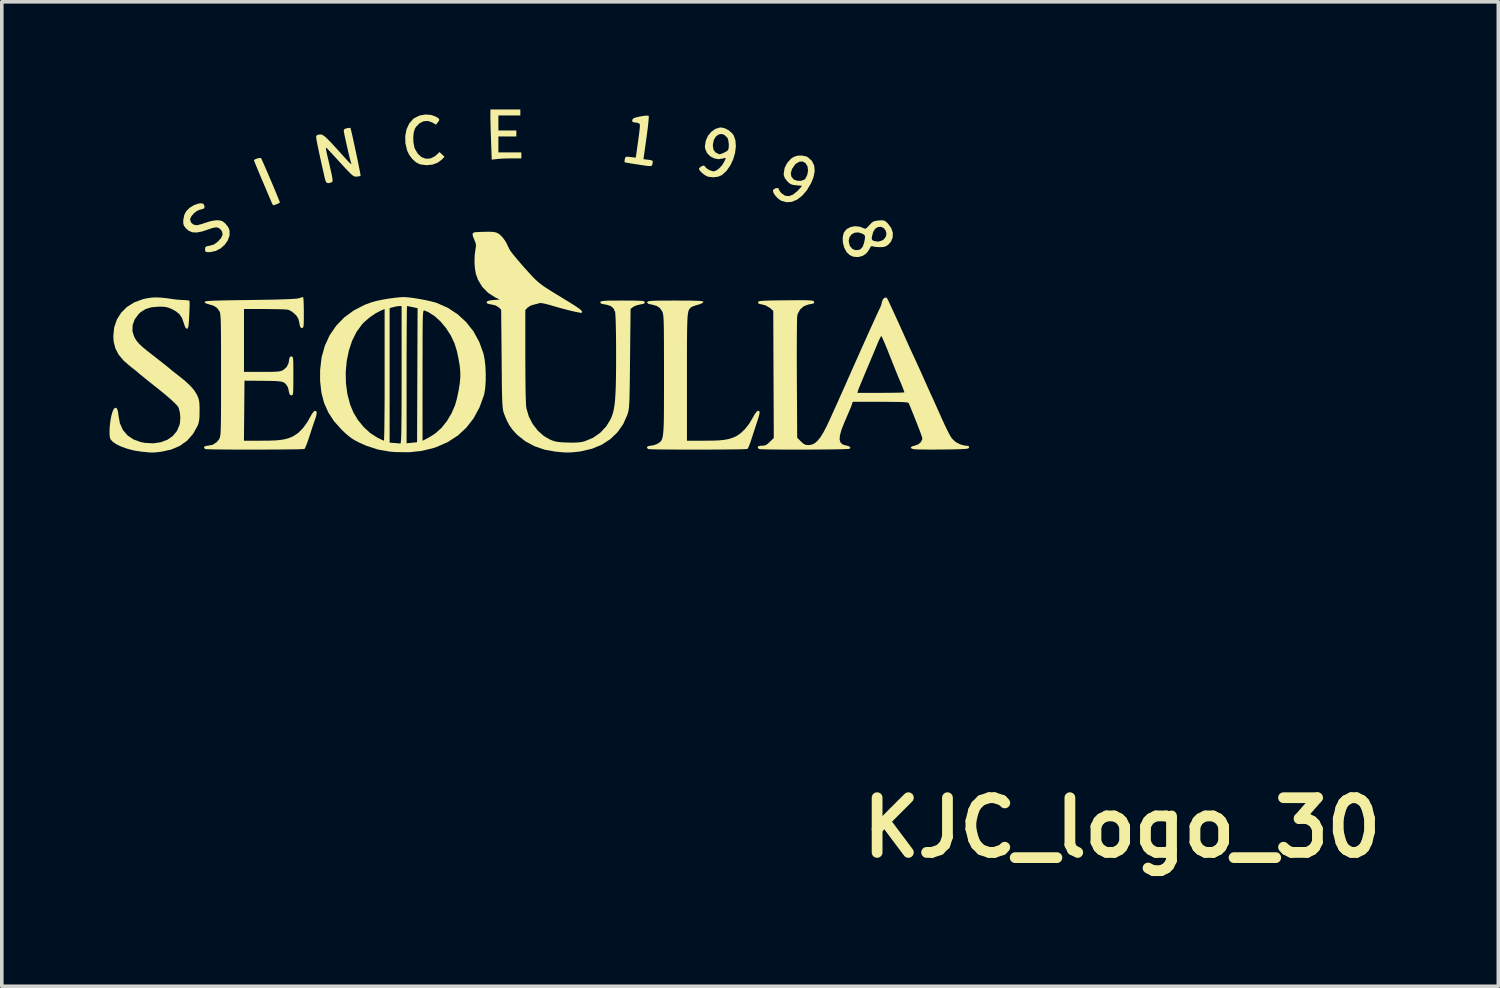
<source format=kicad_pcb>
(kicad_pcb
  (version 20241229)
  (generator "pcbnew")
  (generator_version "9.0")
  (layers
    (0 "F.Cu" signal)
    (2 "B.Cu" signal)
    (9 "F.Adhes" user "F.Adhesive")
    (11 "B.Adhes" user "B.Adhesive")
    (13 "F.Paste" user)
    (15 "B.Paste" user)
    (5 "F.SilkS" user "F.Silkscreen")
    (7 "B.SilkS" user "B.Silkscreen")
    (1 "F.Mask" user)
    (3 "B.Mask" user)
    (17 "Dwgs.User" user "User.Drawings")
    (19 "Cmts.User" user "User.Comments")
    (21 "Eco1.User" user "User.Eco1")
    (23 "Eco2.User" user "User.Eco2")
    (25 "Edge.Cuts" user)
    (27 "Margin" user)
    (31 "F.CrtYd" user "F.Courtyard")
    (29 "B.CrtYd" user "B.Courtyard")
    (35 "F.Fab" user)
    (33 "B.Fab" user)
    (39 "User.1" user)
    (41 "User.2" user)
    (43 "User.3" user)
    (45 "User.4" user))
  (footprint "KJC_logo_30"
    (layer "F.Cu")
    (at 11.694 6.67)
    (property "Reference" "KJC_logo_30" (at 16.51 13.335 0) (layer "F.SilkS") (effects (font (size 1.524 1.524) (thickness 0.3))))
    (attr board_only exclude_from_pos_files exclude_from_bom)
    (fp_poly (pts (xy -0.25 -6.503) (xy -0.861 -6.503) (xy -0.861 -6.086) (xy -0.361 -6.086) (xy -0.361 -5.919) (xy -0.861 -5.919) (xy -0.861 -5.475) (xy -0.222 -5.475) (xy -0.222 -5.308) (xy -0.493 -5.308) (xy -0.63 -5.306) (xy -0.764 -5.301) (xy -0.873 -5.294) (xy -0.906 -5.29) (xy -1.047 -5.273) (xy -1.065 -5.781) (xy -1.071 -5.96) (xy -1.077 -6.134) (xy -1.081 -6.29) (xy -1.083 -6.415) (xy -1.084 -6.48) (xy -1.084 -6.67) (xy -0.25 -6.67)) (stroke (width 0) (type solid)) (fill yes) (layer "F.SilkS"))
    (fp_poly (pts (xy -7.473 -5.315) (xy -7.457 -5.285) (xy -7.424 -5.213) (xy -7.377 -5.106) (xy -7.32 -4.975) (xy -7.257 -4.828) (xy -7.191 -4.674) (xy -7.126 -4.52) (xy -7.066 -4.377) (xy -7.015 -4.253) (xy -6.976 -4.156) (xy -6.952 -4.096) (xy -6.947 -4.08) (xy -6.97 -4.062) (xy -7.023 -4.037) (xy -7.084 -4.014) (xy -7.13 -4.002) (xy -7.134 -4.002) (xy -7.151 -4.025) (xy -7.178 -4.08) (xy -7.183 -4.092) (xy -7.205 -4.145) (xy -7.246 -4.239) (xy -7.3 -4.366) (xy -7.363 -4.517) (xy -7.433 -4.68) (xy -7.446 -4.71) (xy -7.513 -4.87) (xy -7.572 -5.011) (xy -7.62 -5.128) (xy -7.654 -5.211) (xy -7.669 -5.253) (xy -7.67 -5.256) (xy -7.646 -5.279) (xy -7.591 -5.302) (xy -7.529 -5.318) (xy -7.482 -5.319)) (stroke (width 0) (type solid)) (fill yes) (layer "F.SilkS"))
    (fp_poly (pts (xy -2.737 -6.519) (xy -2.617 -6.477) (xy -2.539 -6.433) (xy -2.507 -6.397) (xy -2.517 -6.355) (xy -2.551 -6.309) (xy -2.6 -6.248) (xy -2.704 -6.309) (xy -2.824 -6.351) (xy -2.946 -6.342) (xy -3.06 -6.285) (xy -3.156 -6.185) (xy -3.188 -6.132) (xy -3.219 -6.032) (xy -3.233 -5.9) (xy -3.228 -5.759) (xy -3.205 -5.629) (xy -3.185 -5.572) (xy -3.104 -5.435) (xy -3.001 -5.343) (xy -2.884 -5.299) (xy -2.761 -5.304) (xy -2.639 -5.361) (xy -2.58 -5.41) (xy -2.501 -5.485) (xy -2.432 -5.419) (xy -2.362 -5.353) (xy -2.425 -5.285) (xy -2.546 -5.192) (xy -2.698 -5.135) (xy -2.868 -5.118) (xy -3.042 -5.142) (xy -3.051 -5.145) (xy -3.159 -5.2) (xy -3.263 -5.295) (xy -3.352 -5.417) (xy -3.406 -5.534) (xy -3.452 -5.735) (xy -3.456 -5.932) (xy -3.42 -6.116) (xy -3.347 -6.276) (xy -3.238 -6.403) (xy -3.2 -6.432) (xy -3.059 -6.501) (xy -2.898 -6.53)) (stroke (width 0) (type solid)) (fill yes) (layer "F.SilkS"))
    (fp_poly (pts (xy 3.319 -6.497) (xy 3.326 -6.493) (xy 3.328 -6.461) (xy 3.323 -6.382) (xy 3.312 -6.264) (xy 3.295 -6.117) (xy 3.272 -5.947) (xy 3.263 -5.879) (xy 3.18 -5.286) (xy 3.3 -5.272) (xy 3.387 -5.26) (xy 3.43 -5.242) (xy 3.44 -5.209) (xy 3.43 -5.158) (xy 3.423 -5.128) (xy 3.411 -5.107) (xy 3.388 -5.096) (xy 3.344 -5.094) (xy 3.271 -5.101) (xy 3.161 -5.116) (xy 3.005 -5.14) (xy 2.992 -5.142) (xy 2.864 -5.162) (xy 2.758 -5.18) (xy 2.684 -5.194) (xy 2.654 -5.201) (xy 2.654 -5.201) (xy 2.652 -5.232) (xy 2.66 -5.287) (xy 2.671 -5.331) (xy 2.694 -5.351) (xy 2.743 -5.354) (xy 2.82 -5.346) (xy 2.966 -5.329) (xy 2.997 -5.548) (xy 3.027 -5.763) (xy 3.05 -5.93) (xy 3.066 -6.055) (xy 3.076 -6.145) (xy 3.08 -6.205) (xy 3.079 -6.243) (xy 3.073 -6.265) (xy 3.063 -6.277) (xy 3.055 -6.283) (xy 2.998 -6.302) (xy 2.939 -6.308) (xy 2.878 -6.323) (xy 2.865 -6.366) (xy 2.885 -6.412) (xy 2.921 -6.432) (xy 2.994 -6.455) (xy 3.088 -6.476) (xy 3.184 -6.492) (xy 3.267 -6.5)) (stroke (width 0) (type solid)) (fill yes) (layer "F.SilkS"))
    (fp_poly (pts (xy -9.088 -4.048) (xy -9.059 -4.011) (xy -9.052 -3.986) (xy -9.047 -3.941) (xy -9.062 -3.914) (xy -9.108 -3.895) (xy -9.182 -3.877) (xy -9.262 -3.842) (xy -9.343 -3.778) (xy -9.409 -3.702) (xy -9.446 -3.628) (xy -9.449 -3.606) (xy -9.424 -3.525) (xy -9.36 -3.467) (xy -9.276 -3.446) (xy -9.214 -3.456) (xy -9.122 -3.481) (xy -9.021 -3.515) (xy -8.895 -3.554) (xy -8.77 -3.579) (xy -8.7 -3.585) (xy -8.605 -3.578) (xy -8.537 -3.551) (xy -8.466 -3.494) (xy -8.383 -3.387) (xy -8.35 -3.298) (xy -8.35 -3.16) (xy -8.398 -3.025) (xy -8.484 -2.902) (xy -8.6 -2.8) (xy -8.737 -2.729) (xy -8.888 -2.697) (xy -8.92 -2.696) (xy -8.991 -2.699) (xy -9.023 -2.716) (xy -9.032 -2.76) (xy -9.032 -2.776) (xy -9.027 -2.826) (xy -9.002 -2.853) (xy -8.943 -2.869) (xy -8.903 -2.875) (xy -8.791 -2.907) (xy -8.692 -2.975) (xy -8.668 -2.997) (xy -8.581 -3.096) (xy -8.544 -3.184) (xy -8.556 -3.265) (xy -8.588 -3.315) (xy -8.643 -3.367) (xy -8.71 -3.387) (xy -8.801 -3.376) (xy -8.927 -3.334) (xy -8.927 -3.334) (xy -9.116 -3.271) (xy -9.269 -3.243) (xy -9.393 -3.251) (xy -9.494 -3.295) (xy -9.575 -3.369) (xy -9.619 -3.431) (xy -9.639 -3.491) (xy -9.639 -3.575) (xy -9.637 -3.602) (xy -9.608 -3.743) (xy -9.551 -3.844) (xy -9.461 -3.932) (xy -9.344 -4.004) (xy -9.222 -4.048) (xy -9.151 -4.057)) (stroke (width 0) (type solid)) (fill yes) (layer "F.SilkS"))
    (fp_poly (pts (xy 7.719 -5.361) (xy 7.763 -5.339) (xy 7.874 -5.236) (xy 7.936 -5.107) (xy 7.95 -4.955) (xy 7.916 -4.781) (xy 7.849 -4.618) (xy 7.733 -4.422) (xy 7.602 -4.269) (xy 7.461 -4.16) (xy 7.314 -4.098) (xy 7.166 -4.087) (xy 7.022 -4.127) (xy 7.003 -4.137) (xy 6.926 -4.192) (xy 6.856 -4.265) (xy 6.805 -4.342) (xy 6.786 -4.405) (xy 6.787 -4.415) (xy 6.813 -4.451) (xy 6.862 -4.475) (xy 6.913 -4.483) (xy 6.945 -4.468) (xy 6.947 -4.456) (xy 6.966 -4.411) (xy 7.012 -4.351) (xy 7.029 -4.333) (xy 7.126 -4.268) (xy 7.233 -4.257) (xy 7.346 -4.299) (xy 7.466 -4.396) (xy 7.505 -4.438) (xy 7.598 -4.544) (xy 7.437 -4.558) (xy 7.338 -4.571) (xy 7.271 -4.596) (xy 7.212 -4.643) (xy 7.181 -4.676) (xy 7.119 -4.756) (xy 7.091 -4.83) (xy 7.086 -4.892) (xy 7.088 -4.901) (xy 7.284 -4.901) (xy 7.298 -4.805) (xy 7.358 -4.729) (xy 7.386 -4.711) (xy 7.474 -4.683) (xy 7.571 -4.684) (xy 7.654 -4.712) (xy 7.691 -4.744) (xy 7.743 -4.849) (xy 7.764 -4.97) (xy 7.751 -5.079) (xy 7.75 -5.082) (xy 7.696 -5.175) (xy 7.619 -5.22) (xy 7.529 -5.218) (xy 7.436 -5.167) (xy 7.395 -5.127) (xy 7.317 -5.011) (xy 7.284 -4.901) (xy 7.088 -4.901) (xy 7.112 -5.041) (xy 7.183 -5.181) (xy 7.288 -5.298) (xy 7.37 -5.352) (xy 7.479 -5.385) (xy 7.604 -5.387)) (stroke (width 0) (type solid)) (fill yes) (layer "F.SilkS"))
    (fp_poly (pts (xy 5.447 -6.147) (xy 5.558 -6.088) (xy 5.652 -6.005) (xy 5.692 -5.95) (xy 5.742 -5.809) (xy 5.754 -5.642) (xy 5.732 -5.462) (xy 5.679 -5.281) (xy 5.598 -5.11) (xy 5.494 -4.961) (xy 5.37 -4.847) (xy 5.364 -4.842) (xy 5.255 -4.797) (xy 5.123 -4.781) (xy 4.991 -4.796) (xy 4.947 -4.811) (xy 4.88 -4.849) (xy 4.81 -4.904) (xy 4.753 -4.963) (xy 4.725 -5.01) (xy 4.724 -5.017) (xy 4.746 -5.051) (xy 4.796 -5.087) (xy 4.85 -5.11) (xy 4.88 -5.101) (xy 4.895 -5.078) (xy 4.947 -5.024) (xy 5.028 -4.976) (xy 5.112 -4.949) (xy 5.138 -4.947) (xy 5.207 -4.969) (xy 5.287 -5.029) (xy 5.365 -5.112) (xy 5.42 -5.199) (xy 5.459 -5.278) (xy 5.47 -5.316) (xy 5.452 -5.323) (xy 5.404 -5.307) (xy 5.403 -5.307) (xy 5.275 -5.285) (xy 5.149 -5.308) (xy 5.036 -5.369) (xy 4.949 -5.46) (xy 4.899 -5.575) (xy 4.891 -5.646) (xy 4.894 -5.662) (xy 5.113 -5.662) (xy 5.13 -5.551) (xy 5.185 -5.475) (xy 5.285 -5.426) (xy 5.302 -5.421) (xy 5.33 -5.429) (xy 5.39 -5.453) (xy 5.412 -5.462) (xy 5.483 -5.497) (xy 5.53 -5.532) (xy 5.536 -5.538) (xy 5.554 -5.602) (xy 5.557 -5.694) (xy 5.547 -5.791) (xy 5.524 -5.868) (xy 5.515 -5.885) (xy 5.437 -5.961) (xy 5.353 -5.989) (xy 5.27 -5.972) (xy 5.197 -5.916) (xy 5.142 -5.825) (xy 5.115 -5.704) (xy 5.113 -5.662) (xy 4.894 -5.662) (xy 4.914 -5.796) (xy 4.975 -5.933) (xy 5.067 -6.047) (xy 5.18 -6.129) (xy 5.307 -6.168) (xy 5.34 -6.169)) (stroke (width 0) (type solid)) (fill yes) (layer "F.SilkS"))
    (fp_poly (pts (xy 9.886 -3.575) (xy 9.935 -3.545) (xy 9.987 -3.496) (xy 10.079 -3.373) (xy 10.125 -3.24) (xy 10.123 -3.108) (xy 10.073 -2.987) (xy 10 -2.905) (xy 9.937 -2.862) (xy 9.865 -2.84) (xy 9.763 -2.835) (xy 9.759 -2.835) (xy 9.665 -2.84) (xy 9.59 -2.851) (xy 9.561 -2.861) (xy 9.529 -2.865) (xy 9.497 -2.828) (xy 9.473 -2.778) (xy 9.395 -2.667) (xy 9.286 -2.592) (xy 9.158 -2.558) (xy 9.026 -2.569) (xy 8.931 -2.61) (xy 8.841 -2.694) (xy 8.775 -2.814) (xy 8.736 -2.954) (xy 8.733 -3.005) (xy 8.896 -3.005) (xy 8.922 -2.889) (xy 8.934 -2.863) (xy 9.002 -2.784) (xy 9.094 -2.75) (xy 9.198 -2.765) (xy 9.224 -2.778) (xy 9.28 -2.836) (xy 9.323 -2.943) (xy 9.347 -3.064) (xy 9.347 -3.065) (xy 9.538 -3.065) (xy 9.556 -3.03) (xy 9.606 -3.006) (xy 9.725 -2.989) (xy 9.836 -3.026) (xy 9.886 -3.064) (xy 9.938 -3.141) (xy 9.948 -3.226) (xy 9.922 -3.306) (xy 9.869 -3.369) (xy 9.796 -3.403) (xy 9.708 -3.394) (xy 9.7 -3.391) (xy 9.629 -3.342) (xy 9.579 -3.258) (xy 9.545 -3.132) (xy 9.538 -3.065) (xy 9.347 -3.065) (xy 9.352 -3.136) (xy 9.332 -3.177) (xy 9.281 -3.21) (xy 9.163 -3.247) (xy 9.057 -3.236) (xy 8.972 -3.187) (xy 8.915 -3.107) (xy 8.896 -3.005) (xy 8.733 -3.005) (xy 8.728 -3.097) (xy 8.756 -3.226) (xy 8.768 -3.252) (xy 8.842 -3.339) (xy 8.95 -3.396) (xy 9.076 -3.419) (xy 9.207 -3.405) (xy 9.285 -3.375) (xy 9.334 -3.352) (xy 9.37 -3.351) (xy 9.408 -3.379) (xy 9.466 -3.441) (xy 9.472 -3.449) (xy 9.539 -3.517) (xy 9.597 -3.555) (xy 9.672 -3.572) (xy 9.734 -3.579) (xy 9.827 -3.584)) (stroke (width 0) (type solid)) (fill yes) (layer "F.SilkS"))
    (fp_poly (pts (xy -4.984 -6.159) (xy -4.975 -6.13) (xy -4.956 -6.055) (xy -4.93 -5.945) (xy -4.9 -5.807) (xy -4.866 -5.652) (xy -4.831 -5.488) (xy -4.796 -5.323) (xy -4.764 -5.169) (xy -4.737 -5.032) (xy -4.715 -4.923) (xy -4.703 -4.85) (xy -4.7 -4.822) (xy -4.736 -4.81) (xy -4.803 -4.801) (xy -4.81 -4.8) (xy -4.846 -4.8) (xy -4.881 -4.81) (xy -4.92 -4.833) (xy -4.972 -4.877) (xy -5.042 -4.947) (xy -5.137 -5.047) (xy -5.249 -5.169) (xy -5.362 -5.292) (xy -5.465 -5.404) (xy -5.551 -5.498) (xy -5.613 -5.564) (xy -5.642 -5.595) (xy -5.659 -5.608) (xy -5.665 -5.593) (xy -5.66 -5.545) (xy -5.643 -5.458) (xy -5.612 -5.326) (xy -5.597 -5.262) (xy -5.562 -5.112) (xy -5.53 -4.972) (xy -5.504 -4.855) (xy -5.489 -4.775) (xy -5.487 -4.763) (xy -5.479 -4.689) (xy -5.49 -4.652) (xy -5.526 -4.634) (xy -5.535 -4.631) (xy -5.6 -4.618) (xy -5.642 -4.628) (xy -5.671 -4.669) (xy -5.696 -4.752) (xy -5.707 -4.801) (xy -5.772 -5.089) (xy -5.825 -5.327) (xy -5.866 -5.519) (xy -5.898 -5.669) (xy -5.92 -5.782) (xy -5.933 -5.861) (xy -5.938 -5.911) (xy -5.936 -5.935) (xy -5.898 -5.964) (xy -5.827 -5.975) (xy -5.796 -5.973) (xy -5.765 -5.963) (xy -5.729 -5.942) (xy -5.683 -5.906) (xy -5.623 -5.85) (xy -5.545 -5.771) (xy -5.445 -5.664) (xy -5.318 -5.525) (xy -5.161 -5.351) (xy -5.085 -5.267) (xy -5.02 -5.198) (xy -4.975 -5.156) (xy -4.956 -5.149) (xy -4.957 -5.156) (xy -4.973 -5.207) (xy -4.997 -5.299) (xy -5.027 -5.419) (xy -5.059 -5.557) (xy -5.091 -5.699) (xy -5.121 -5.835) (xy -5.146 -5.952) (xy -5.163 -6.039) (xy -5.169 -6.084) (xy -5.169 -6.084) (xy -5.149 -6.126) (xy -5.083 -6.148) (xy -5.079 -6.149) (xy -5.016 -6.157) (xy -4.985 -6.159)) (stroke (width 0) (type solid)) (fill yes) (layer "F.SilkS"))
    (fp_poly (pts (xy 4.305 -1.347) (xy 4.488 -1.346) (xy 4.627 -1.343) (xy 4.727 -1.339) (xy 4.793 -1.333) (xy 4.832 -1.325) (xy 4.848 -1.315) (xy 4.849 -1.309) (xy 4.823 -1.279) (xy 4.752 -1.248) (xy 4.699 -1.232) (xy 4.608 -1.205) (xy 4.536 -1.177) (xy 4.509 -1.162) (xy 4.486 -1.141) (xy 4.466 -1.12) (xy 4.449 -1.093) (xy 4.434 -1.057) (xy 4.423 -1.007) (xy 4.413 -0.939) (xy 4.406 -0.849) (xy 4.401 -0.733) (xy 4.397 -0.586) (xy 4.394 -0.405) (xy 4.392 -0.186) (xy 4.391 0.076) (xy 4.391 0.385) (xy 4.391 0.744) (xy 4.391 2.557) (xy 4.884 2.556) (xy 5.107 2.554) (xy 5.284 2.547) (xy 5.427 2.533) (xy 5.545 2.511) (xy 5.65 2.479) (xy 5.752 2.437) (xy 5.759 2.433) (xy 5.881 2.353) (xy 6.007 2.232) (xy 6.125 2.082) (xy 6.219 1.925) (xy 6.287 1.805) (xy 6.34 1.738) (xy 6.371 1.723) (xy 6.4 1.728) (xy 6.414 1.75) (xy 6.412 1.795) (xy 6.395 1.872) (xy 6.359 1.988) (xy 6.325 2.092) (xy 6.278 2.236) (xy 6.229 2.385) (xy 6.186 2.517) (xy 6.169 2.571) (xy 6.134 2.668) (xy 6.102 2.745) (xy 6.077 2.784) (xy 6.075 2.786) (xy 6.043 2.789) (xy 5.961 2.793) (xy 5.836 2.796) (xy 5.676 2.798) (xy 5.487 2.8) (xy 5.275 2.802) (xy 5.046 2.803) (xy 4.808 2.804) (xy 4.567 2.804) (xy 4.329 2.804) (xy 4.101 2.803) (xy 3.89 2.802) (xy 3.702 2.8) (xy 3.544 2.798) (xy 3.422 2.795) (xy 3.343 2.792) (xy 3.314 2.788) (xy 3.276 2.758) (xy 3.284 2.725) (xy 3.331 2.701) (xy 3.38 2.696) (xy 3.474 2.68) (xy 3.566 2.643) (xy 3.572 2.64) (xy 3.608 2.617) (xy 3.638 2.596) (xy 3.665 2.571) (xy 3.686 2.537) (xy 3.704 2.492) (xy 3.718 2.431) (xy 3.729 2.349) (xy 3.738 2.242) (xy 3.744 2.107) (xy 3.748 1.938) (xy 3.75 1.732) (xy 3.751 1.485) (xy 3.752 1.192) (xy 3.752 0.848) (xy 3.752 0.724) (xy 3.752 0.377) (xy 3.751 0.081) (xy 3.751 -0.168) (xy 3.749 -0.375) (xy 3.748 -0.544) (xy 3.745 -0.68) (xy 3.742 -0.786) (xy 3.737 -0.867) (xy 3.732 -0.929) (xy 3.725 -0.974) (xy 3.717 -1.007) (xy 3.707 -1.034) (xy 3.698 -1.052) (xy 3.637 -1.139) (xy 3.551 -1.197) (xy 3.427 -1.233) (xy 3.388 -1.24) (xy 3.313 -1.259) (xy 3.285 -1.286) (xy 3.285 -1.303) (xy 3.293 -1.316) (xy 3.313 -1.327) (xy 3.352 -1.334) (xy 3.417 -1.34) (xy 3.512 -1.344) (xy 3.645 -1.346) (xy 3.82 -1.347) (xy 4.044 -1.348) (xy 4.072 -1.348)) (stroke (width 0) (type solid)) (fill yes) (layer "F.SilkS"))
    (fp_poly (pts (xy -10.289 -1.432) (xy -10.123 -1.416) (xy -9.949 -1.391) (xy -9.825 -1.375) (xy -9.698 -1.365) (xy -9.624 -1.362) (xy -9.54 -1.358) (xy -9.482 -1.348) (xy -9.466 -1.34) (xy -9.463 -1.306) (xy -9.462 -1.227) (xy -9.465 -1.115) (xy -9.47 -0.98) (xy -9.472 -0.945) (xy -9.48 -0.79) (xy -9.489 -0.682) (xy -9.5 -0.614) (xy -9.514 -0.577) (xy -9.532 -0.563) (xy -9.534 -0.562) (xy -9.565 -0.574) (xy -9.594 -0.627) (xy -9.623 -0.716) (xy -9.674 -0.86) (xy -9.742 -0.964) (xy -9.84 -1.046) (xy -9.943 -1.103) (xy -10.037 -1.144) (xy -10.121 -1.168) (xy -10.219 -1.177) (xy -10.324 -1.178) (xy -10.525 -1.161) (xy -10.689 -1.111) (xy -10.826 -1.025) (xy -10.885 -0.969) (xy -10.992 -0.823) (xy -11.049 -0.665) (xy -11.055 -0.503) (xy -11.019 -0.373) (xy -10.981 -0.292) (xy -10.933 -0.219) (xy -10.868 -0.143) (xy -10.778 -0.058) (xy -10.655 0.044) (xy -10.529 0.143) (xy -10.406 0.239) (xy -10.284 0.334) (xy -10.172 0.423) (xy -10.079 0.497) (xy -10.011 0.552) (xy -9.978 0.58) (xy -9.977 0.582) (xy -9.949 0.605) (xy -9.889 0.652) (xy -9.809 0.714) (xy -9.798 0.723) (xy -9.602 0.879) (xy -9.451 1.018) (xy -9.341 1.143) (xy -9.266 1.262) (xy -9.258 1.277) (xy -9.224 1.355) (xy -9.202 1.426) (xy -9.19 1.508) (xy -9.185 1.617) (xy -9.185 1.724) (xy -9.187 1.875) (xy -9.196 1.985) (xy -9.214 2.07) (xy -9.24 2.141) (xy -9.368 2.369) (xy -9.532 2.555) (xy -9.733 2.699) (xy -9.97 2.801) (xy -10.236 2.86) (xy -10.348 2.875) (xy -10.437 2.883) (xy -10.519 2.885) (xy -10.613 2.88) (xy -10.735 2.868) (xy -10.813 2.86) (xy -11 2.831) (xy -11.183 2.785) (xy -11.35 2.727) (xy -11.493 2.66) (xy -11.601 2.588) (xy -11.665 2.517) (xy -11.67 2.508) (xy -11.689 2.428) (xy -11.694 2.311) (xy -11.688 2.173) (xy -11.672 2.027) (xy -11.648 1.887) (xy -11.617 1.768) (xy -11.582 1.683) (xy -11.564 1.66) (xy -11.518 1.636) (xy -11.482 1.666) (xy -11.456 1.749) (xy -11.444 1.853) (xy -11.404 2.071) (xy -11.321 2.256) (xy -11.195 2.406) (xy -11.028 2.519) (xy -10.823 2.594) (xy -10.703 2.617) (xy -10.473 2.629) (xy -10.264 2.599) (xy -10.082 2.53) (xy -9.931 2.425) (xy -9.817 2.288) (xy -9.745 2.121) (xy -9.732 2.063) (xy -9.721 1.925) (xy -9.731 1.783) (xy -9.761 1.66) (xy -9.779 1.617) (xy -9.821 1.564) (xy -9.901 1.483) (xy -10.015 1.38) (xy -10.155 1.26) (xy -10.316 1.129) (xy -10.408 1.056) (xy -10.495 0.987) (xy -10.594 0.908) (xy -10.695 0.827) (xy -10.788 0.751) (xy -10.863 0.69) (xy -10.911 0.65) (xy -10.921 0.639) (xy -10.949 0.616) (xy -11.009 0.568) (xy -11.089 0.505) (xy -11.107 0.492) (xy -11.297 0.328) (xy -11.436 0.164) (xy -11.528 -0.009) (xy -11.577 -0.197) (xy -11.588 -0.357) (xy -11.563 -0.6) (xy -11.489 -0.819) (xy -11.369 -1.01) (xy -11.207 -1.171) (xy -11.005 -1.297) (xy -10.767 -1.385) (xy -10.686 -1.404) (xy -10.556 -1.426) (xy -10.428 -1.436)) (stroke (width 0) (type solid)) (fill yes) (layer "F.SilkS"))
    (fp_poly (pts (xy -6.294 -1.419) (xy -6.288 -1.347) (xy -6.284 -1.238) (xy -6.281 -1.101) (xy -6.281 -1.014) (xy -6.281 -0.851) (xy -6.283 -0.735) (xy -6.287 -0.658) (xy -6.295 -0.613) (xy -6.307 -0.591) (xy -6.325 -0.584) (xy -6.333 -0.584) (xy -6.367 -0.595) (xy -6.389 -0.636) (xy -6.405 -0.719) (xy -6.406 -0.726) (xy -6.43 -0.831) (xy -6.478 -0.914) (xy -6.529 -0.971) (xy -6.609 -1.037) (xy -6.692 -1.083) (xy -6.724 -1.093) (xy -6.78 -1.099) (xy -6.88 -1.104) (xy -7.017 -1.108) (xy -7.178 -1.11) (xy -7.355 -1.112) (xy -7.382 -1.112) (xy -7.948 -1.112) (xy -7.948 0.639) (xy -7.444 0.639) (xy -7.262 0.639) (xy -7.126 0.636) (xy -7.028 0.632) (xy -6.959 0.624) (xy -6.909 0.612) (xy -6.87 0.595) (xy -6.852 0.585) (xy -6.758 0.503) (xy -6.706 0.395) (xy -6.691 0.306) (xy -6.678 0.238) (xy -6.649 0.211) (xy -6.628 0.208) (xy -6.609 0.211) (xy -6.595 0.222) (xy -6.585 0.25) (xy -6.578 0.302) (xy -6.575 0.385) (xy -6.573 0.506) (xy -6.572 0.673) (xy -6.572 0.75) (xy -6.573 0.936) (xy -6.574 1.074) (xy -6.577 1.171) (xy -6.582 1.234) (xy -6.59 1.27) (xy -6.603 1.287) (xy -6.62 1.292) (xy -6.628 1.292) (xy -6.671 1.276) (xy -6.69 1.22) (xy -6.692 1.209) (xy -6.723 1.069) (xy -6.788 0.971) (xy -6.833 0.937) (xy -6.871 0.92) (xy -6.924 0.908) (xy -7 0.899) (xy -7.109 0.893) (xy -7.258 0.89) (xy -7.422 0.888) (xy -7.934 0.884) (xy -7.941 1.721) (xy -7.949 2.557) (xy -7.455 2.556) (xy -7.233 2.554) (xy -7.056 2.547) (xy -6.914 2.533) (xy -6.795 2.511) (xy -6.69 2.48) (xy -6.588 2.437) (xy -6.576 2.432) (xy -6.439 2.341) (xy -6.305 2.206) (xy -6.182 2.036) (xy -6.124 1.933) (xy -6.055 1.81) (xy -6.001 1.74) (xy -5.968 1.723) (xy -5.931 1.738) (xy -5.922 1.787) (xy -5.939 1.875) (xy -5.973 1.978) (xy -6.004 2.065) (xy -6.045 2.188) (xy -6.091 2.329) (xy -6.129 2.446) (xy -6.171 2.571) (xy -6.211 2.677) (xy -6.243 2.752) (xy -6.263 2.786) (xy -6.296 2.789) (xy -6.378 2.793) (xy -6.502 2.796) (xy -6.662 2.798) (xy -6.852 2.8) (xy -7.064 2.802) (xy -7.293 2.803) (xy -7.531 2.804) (xy -7.772 2.804) (xy -8.01 2.804) (xy -8.238 2.803) (xy -8.449 2.802) (xy -8.637 2.8) (xy -8.795 2.798) (xy -8.917 2.795) (xy -8.996 2.792) (xy -9.025 2.788) (xy -9.062 2.758) (xy -9.054 2.725) (xy -9.008 2.701) (xy -8.961 2.696) (xy -8.821 2.67) (xy -8.706 2.595) (xy -8.645 2.519) (xy -8.633 2.499) (xy -8.623 2.476) (xy -8.615 2.448) (xy -8.607 2.408) (xy -8.602 2.354) (xy -8.597 2.28) (xy -8.594 2.183) (xy -8.591 2.057) (xy -8.589 1.9) (xy -8.588 1.705) (xy -8.587 1.47) (xy -8.587 1.189) (xy -8.587 0.859) (xy -8.587 0.723) (xy -8.587 0.372) (xy -8.587 0.073) (xy -8.588 -0.179) (xy -8.589 -0.388) (xy -8.591 -0.559) (xy -8.593 -0.696) (xy -8.596 -0.804) (xy -8.6 -0.886) (xy -8.606 -0.947) (xy -8.612 -0.991) (xy -8.62 -1.023) (xy -8.63 -1.047) (xy -8.641 -1.067) (xy -8.642 -1.068) (xy -8.709 -1.151) (xy -8.799 -1.206) (xy -8.926 -1.243) (xy -8.934 -1.245) (xy -9.012 -1.27) (xy -9.045 -1.302) (xy -9.046 -1.307) (xy -9.039 -1.317) (xy -9.017 -1.325) (xy -8.974 -1.333) (xy -8.907 -1.339) (xy -8.81 -1.344) (xy -8.679 -1.348) (xy -8.51 -1.352) (xy -8.299 -1.356) (xy -8.04 -1.36) (xy -7.781 -1.363) (xy -7.429 -1.369) (xy -7.131 -1.374) (xy -6.887 -1.381) (xy -6.694 -1.388) (xy -6.552 -1.396) (xy -6.459 -1.404) (xy -6.42 -1.412) (xy -6.35 -1.434) (xy -6.305 -1.445) (xy -6.302 -1.445)) (stroke (width 0) (type solid)) (fill yes) (layer "F.SilkS"))
    (fp_poly (pts (xy -3.386 -1.438) (xy -3.237 -1.42) (xy -3.068 -1.393) (xy -2.896 -1.361) (xy -2.737 -1.326) (xy -2.609 -1.292) (xy -2.576 -1.281) (xy -2.27 -1.146) (xy -1.996 -0.966) (xy -1.756 -0.745) (xy -1.554 -0.487) (xy -1.394 -0.195) (xy -1.278 0.125) (xy -1.245 0.286) (xy -1.223 0.479) (xy -1.213 0.689) (xy -1.215 0.898) (xy -1.228 1.091) (xy -1.254 1.251) (xy -1.264 1.292) (xy -1.389 1.632) (xy -1.552 1.933) (xy -1.755 2.194) (xy -1.995 2.415) (xy -2.273 2.595) (xy -2.587 2.733) (xy -2.685 2.765) (xy -3.004 2.841) (xy -3.342 2.877) (xy -3.707 2.874) (xy -3.881 2.861) (xy -4.213 2.803) (xy -4.547 2.694) (xy -4.736 2.609) (xy -3.891 2.609) (xy -3.759 2.62) (xy -3.673 2.627) (xy -3.608 2.633) (xy -3.592 2.635) (xy -3.586 2.628) (xy -3.418 2.628) (xy -3.272 2.613) (xy -3.126 2.598) (xy -3.126 2.558) (xy -2.974 2.558) (xy -2.855 2.498) (xy -2.763 2.446) (xy -2.657 2.379) (xy -2.605 2.342) (xy -2.443 2.196) (xy -2.294 2.008) (xy -2.166 1.792) (xy -2.067 1.562) (xy -2.018 1.389) (xy -1.969 1.158) (xy -1.938 0.964) (xy -1.922 0.792) (xy -1.923 0.628) (xy -1.94 0.456) (xy -1.974 0.261) (xy -2.017 0.059) (xy -2.086 -0.163) (xy -2.19 -0.38) (xy -2.322 -0.584) (xy -2.474 -0.766) (xy -2.64 -0.916) (xy -2.812 -1.026) (xy -2.918 -1.07) (xy -2.929 -1.073) (xy -2.939 -1.07) (xy -2.947 -1.059) (xy -2.953 -1.035) (xy -2.959 -0.994) (xy -2.963 -0.932) (xy -2.967 -0.846) (xy -2.969 -0.732) (xy -2.971 -0.585) (xy -2.972 -0.401) (xy -2.973 -0.178) (xy -2.973 0.09) (xy -2.974 0.406) (xy -2.974 0.735) (xy -2.974 2.558) (xy -3.126 2.558) (xy -3.119 0.732) (xy -3.112 -1.135) (xy -3.253 -1.165) (xy -3.335 -1.182) (xy -3.391 -1.193) (xy -3.406 -1.195) (xy -3.408 -1.168) (xy -3.41 -1.09) (xy -3.412 -0.965) (xy -3.413 -0.798) (xy -3.415 -0.594) (xy -3.416 -0.356) (xy -3.417 -0.09) (xy -3.418 0.201) (xy -3.418 0.511) (xy -3.418 0.716) (xy -3.418 2.628) (xy -3.586 2.628) (xy -3.585 2.626) (xy -3.579 2.593) (xy -3.574 2.534) (xy -3.569 2.445) (xy -3.566 2.323) (xy -3.563 2.166) (xy -3.561 1.968) (xy -3.559 1.728) (xy -3.558 1.443) (xy -3.557 1.108) (xy -3.557 0.723) (xy -3.557 -1.195) (xy -3.62 -1.195) (xy -3.688 -1.187) (xy -3.774 -1.169) (xy -3.786 -1.166) (xy -3.891 -1.137) (xy -3.891 2.609) (xy -4.736 2.609) (xy -4.751 2.603) (xy -4.881 2.533) (xy -4.994 2.457) (xy -5.11 2.361) (xy -5.226 2.251) (xy -5.437 2.016) (xy -5.6 1.767) (xy -5.718 1.5) (xy -5.793 1.209) (xy -5.828 0.886) (xy -5.827 0.652) (xy -5.114 0.652) (xy -5.107 0.962) (xy -5.066 1.265) (xy -4.989 1.553) (xy -4.902 1.765) (xy -4.776 1.976) (xy -4.617 2.171) (xy -4.437 2.338) (xy -4.26 2.454) (xy -4.168 2.502) (xy -4.094 2.538) (xy -4.053 2.555) (xy -4.05 2.556) (xy -4.047 2.529) (xy -4.043 2.451) (xy -4.04 2.327) (xy -4.037 2.161) (xy -4.035 1.957) (xy -4.033 1.721) (xy -4.031 1.457) (xy -4.03 1.169) (xy -4.03 0.862) (xy -4.03 0.722) (xy -4.03 -1.112) (xy -4.134 -1.069) (xy -4.285 -0.99) (xy -4.446 -0.879) (xy -4.596 -0.75) (xy -4.66 -0.684) (xy -4.813 -0.475) (xy -4.936 -0.228) (xy -5.027 0.048) (xy -5.087 0.344) (xy -5.114 0.652) (xy -5.827 0.652) (xy -5.827 0.584) (xy -5.786 0.234) (xy -5.696 -0.089) (xy -5.56 -0.384) (xy -5.379 -0.647) (xy -5.155 -0.878) (xy -4.89 -1.072) (xy -4.587 -1.229) (xy -4.391 -1.301) (xy -4.26 -1.337) (xy -4.094 -1.372) (xy -3.913 -1.403) (xy -3.734 -1.427) (xy -3.578 -1.442) (xy -3.498 -1.445)) (stroke (width 0) (type solid)) (fill yes) (layer "F.SilkS"))
    (fp_poly (pts (xy -1.035 -3.262) (xy -0.959 -3.252) (xy -0.902 -3.235) (xy -0.855 -3.209) (xy -0.815 -3.18) (xy -0.739 -3.102) (xy -0.667 -3.003) (xy -0.642 -2.958) (xy -0.598 -2.868) (xy -0.56 -2.791) (xy -0.545 -2.761) (xy -0.511 -2.711) (xy -0.447 -2.628) (xy -0.359 -2.522) (xy -0.256 -2.4) (xy -0.143 -2.271) (xy -0.029 -2.144) (xy 0.079 -2.026) (xy 0.117 -1.987) (xy 0.187 -1.917) (xy 0.263 -1.85) (xy 0.352 -1.781) (xy 0.462 -1.705) (xy 0.601 -1.616) (xy 0.776 -1.508) (xy 0.877 -1.447) (xy 1.071 -1.329) (xy 1.221 -1.236) (xy 1.331 -1.164) (xy 1.407 -1.109) (xy 1.452 -1.068) (xy 1.471 -1.038) (xy 1.468 -1.015) (xy 1.462 -1.008) (xy 1.429 -1.007) (xy 1.35 -1.021) (xy 1.235 -1.045) (xy 1.091 -1.08) (xy 0.928 -1.122) (xy 0.753 -1.171) (xy 0.584 -1.22) (xy 0.451 -1.256) (xy 0.349 -1.276) (xy 0.288 -1.279) (xy 0.278 -1.276) (xy 0.224 -1.257) (xy 0.144 -1.239) (xy 0.129 -1.236) (xy 0.039 -1.207) (xy -0.038 -1.159) (xy -0.045 -1.153) (xy -0.111 -1.086) (xy -0.111 0.202) (xy -0.11 0.531) (xy -0.108 0.825) (xy -0.105 1.081) (xy -0.101 1.295) (xy -0.095 1.464) (xy -0.089 1.585) (xy -0.081 1.652) (xy -0.015 1.879) (xy 0.094 2.091) (xy 0.238 2.277) (xy 0.409 2.428) (xy 0.562 2.517) (xy 0.647 2.553) (xy 0.725 2.577) (xy 0.812 2.592) (xy 0.923 2.602) (xy 1.06 2.607) (xy 1.231 2.61) (xy 1.363 2.604) (xy 1.47 2.59) (xy 1.544 2.571) (xy 1.773 2.476) (xy 1.976 2.335) (xy 2.145 2.154) (xy 2.261 1.963) (xy 2.297 1.881) (xy 2.328 1.791) (xy 2.353 1.687) (xy 2.373 1.566) (xy 2.389 1.42) (xy 2.4 1.245) (xy 2.409 1.036) (xy 2.414 0.787) (xy 2.417 0.493) (xy 2.418 0.174) (xy 2.417 -0.117) (xy 2.415 -0.375) (xy 2.411 -0.597) (xy 2.406 -0.779) (xy 2.4 -0.917) (xy 2.394 -1.005) (xy 2.389 -1.034) (xy 2.344 -1.131) (xy 2.269 -1.195) (xy 2.153 -1.232) (xy 2.105 -1.24) (xy 2.021 -1.256) (xy 1.983 -1.277) (xy 1.979 -1.303) (xy 1.987 -1.318) (xy 2.01 -1.329) (xy 2.053 -1.337) (xy 2.125 -1.342) (xy 2.231 -1.346) (xy 2.378 -1.347) (xy 2.573 -1.348) (xy 2.598 -1.348) (xy 2.8 -1.347) (xy 2.952 -1.346) (xy 3.062 -1.343) (xy 3.137 -1.338) (xy 3.183 -1.33) (xy 3.208 -1.319) (xy 3.217 -1.305) (xy 3.218 -1.303) (xy 3.209 -1.273) (xy 3.164 -1.253) (xy 3.093 -1.24) (xy 2.997 -1.217) (xy 2.913 -1.183) (xy 2.89 -1.168) (xy 2.821 -1.115) (xy 2.806 0.269) (xy 2.803 0.583) (xy 2.8 0.847) (xy 2.797 1.065) (xy 2.793 1.243) (xy 2.79 1.386) (xy 2.785 1.5) (xy 2.779 1.589) (xy 2.772 1.658) (xy 2.764 1.714) (xy 2.754 1.76) (xy 2.741 1.803) (xy 2.731 1.835) (xy 2.615 2.095) (xy 2.456 2.322) (xy 2.257 2.512) (xy 2.02 2.666) (xy 1.749 2.779) (xy 1.445 2.851) (xy 1.352 2.864) (xy 1.234 2.876) (xy 1.139 2.883) (xy 1.05 2.885) (xy 0.95 2.88) (xy 0.821 2.869) (xy 0.734 2.861) (xy 0.43 2.807) (xy 0.146 2.71) (xy -0.11 2.573) (xy -0.33 2.398) (xy -0.35 2.379) (xy -0.468 2.25) (xy -0.559 2.121) (xy -0.636 1.973) (xy -0.703 1.808) (xy -0.716 1.77) (xy -0.726 1.73) (xy -0.735 1.682) (xy -0.743 1.622) (xy -0.749 1.544) (xy -0.754 1.444) (xy -0.758 1.315) (xy -0.762 1.153) (xy -0.765 0.954) (xy -0.767 0.711) (xy -0.77 0.419) (xy -0.771 0.281) (xy -0.784 -1.092) (xy -0.848 -1.156) (xy -0.94 -1.212) (xy -1.055 -1.239) (xy -1.141 -1.255) (xy -1.183 -1.275) (xy -1.189 -1.303) (xy -1.169 -1.33) (xy -1.114 -1.348) (xy -1.015 -1.361) (xy -1.004 -1.362) (xy -0.826 -1.376) (xy -0.948 -1.435) (xy -1.148 -1.563) (xy -1.311 -1.729) (xy -1.431 -1.929) (xy -1.489 -2.091) (xy -1.515 -2.242) (xy -1.527 -2.421) (xy -1.522 -2.604) (xy -1.501 -2.765) (xy -1.5 -2.772) (xy -1.485 -2.867) (xy -1.493 -2.941) (xy -1.526 -3.029) (xy -1.527 -3.031) (xy -1.57 -3.135) (xy -1.582 -3.2) (xy -1.562 -3.236) (xy -1.505 -3.252) (xy -1.466 -3.255) (xy -1.279 -3.262) (xy -1.139 -3.265)) (stroke (width 0) (type solid)) (fill yes) (layer "F.SilkS"))
    (fp_poly (pts (xy 9.969 -1.408) (xy 9.987 -1.372) (xy 10.025 -1.293) (xy 10.078 -1.179) (xy 10.144 -1.036) (xy 10.218 -0.874) (xy 10.298 -0.698) (xy 10.38 -0.517) (xy 10.46 -0.339) (xy 10.481 -0.292) (xy 10.538 -0.165) (xy 10.595 -0.039) (xy 10.643 0.065) (xy 10.657 0.097) (xy 10.754 0.306) (xy 10.833 0.478) (xy 10.901 0.627) (xy 10.964 0.768) (xy 11.002 0.855) (xy 11.063 0.991) (xy 11.129 1.137) (xy 11.187 1.266) (xy 11.199 1.292) (xy 11.255 1.413) (xy 11.32 1.558) (xy 11.383 1.698) (xy 11.394 1.723) (xy 11.494 1.947) (xy 11.576 2.125) (xy 11.642 2.263) (xy 11.696 2.367) (xy 11.739 2.444) (xy 11.775 2.497) (xy 11.873 2.589) (xy 12.001 2.658) (xy 12.135 2.693) (xy 12.167 2.695) (xy 12.23 2.702) (xy 12.251 2.725) (xy 12.25 2.744) (xy 12.243 2.759) (xy 12.226 2.771) (xy 12.19 2.78) (xy 12.131 2.786) (xy 12.042 2.791) (xy 11.917 2.795) (xy 11.749 2.798) (xy 11.532 2.801) (xy 11.519 2.801) (xy 11.319 2.803) (xy 11.133 2.803) (xy 10.969 2.802) (xy 10.837 2.799) (xy 10.745 2.796) (xy 10.704 2.792) (xy 10.639 2.77) (xy 10.626 2.742) (xy 10.662 2.713) (xy 10.74 2.692) (xy 10.837 2.657) (xy 10.91 2.592) (xy 10.947 2.513) (xy 10.949 2.495) (xy 10.938 2.453) (xy 10.908 2.365) (xy 10.859 2.234) (xy 10.794 2.066) (xy 10.714 1.865) (xy 10.621 1.636) (xy 10.569 1.508) (xy 10.551 1.497) (xy 10.505 1.488) (xy 10.426 1.482) (xy 10.309 1.477) (xy 10.149 1.475) (xy 9.941 1.473) (xy 9.781 1.473) (xy 9.008 1.473) (xy 8.989 1.535) (xy 8.964 1.607) (xy 8.934 1.681) (xy 8.908 1.74) (xy 8.867 1.836) (xy 8.816 1.955) (xy 8.77 2.062) (xy 8.694 2.256) (xy 8.652 2.409) (xy 8.644 2.525) (xy 8.669 2.608) (xy 8.729 2.661) (xy 8.811 2.685) (xy 8.899 2.708) (xy 8.941 2.737) (xy 8.932 2.77) (xy 8.917 2.782) (xy 8.883 2.786) (xy 8.8 2.79) (xy 8.676 2.794) (xy 8.517 2.797) (xy 8.329 2.799) (xy 8.121 2.801) (xy 7.898 2.803) (xy 7.669 2.804) (xy 7.439 2.804) (xy 7.215 2.804) (xy 7.005 2.803) (xy 6.815 2.801) (xy 6.653 2.799) (xy 6.525 2.796) (xy 6.438 2.793) (xy 6.399 2.788) (xy 6.399 2.788) (xy 6.367 2.752) (xy 6.364 2.735) (xy 6.385 2.707) (xy 6.452 2.696) (xy 6.478 2.696) (xy 6.555 2.689) (xy 6.618 2.66) (xy 6.689 2.6) (xy 6.701 2.587) (xy 6.81 2.479) (xy 6.795 -1.061) (xy 6.706 -1.14) (xy 6.585 -1.212) (xy 6.489 -1.238) (xy 6.408 -1.255) (xy 6.373 -1.278) (xy 6.37 -1.303) (xy 6.377 -1.316) (xy 6.398 -1.327) (xy 6.438 -1.335) (xy 6.503 -1.341) (xy 6.599 -1.346) (xy 6.733 -1.35) (xy 6.91 -1.353) (xy 7.136 -1.355) (xy 7.146 -1.355) (xy 7.375 -1.357) (xy 7.555 -1.358) (xy 7.691 -1.357) (xy 7.79 -1.354) (xy 7.857 -1.349) (xy 7.899 -1.341) (xy 7.922 -1.331) (xy 7.93 -1.319) (xy 7.936 -1.29) (xy 7.918 -1.27) (xy 7.865 -1.254) (xy 7.769 -1.237) (xy 7.645 -1.189) (xy 7.544 -1.1) (xy 7.478 -0.981) (xy 7.463 -0.915) (xy 7.459 -0.865) (xy 7.457 -0.765) (xy 7.455 -0.62) (xy 7.453 -0.436) (xy 7.452 -0.217) (xy 7.451 0.031) (xy 7.451 0.301) (xy 7.452 0.591) (xy 7.453 0.84) (xy 7.462 2.472) (xy 7.566 2.577) (xy 7.637 2.641) (xy 7.699 2.671) (xy 7.772 2.678) (xy 7.783 2.678) (xy 7.868 2.665) (xy 7.948 2.628) (xy 8.026 2.562) (xy 8.106 2.464) (xy 8.191 2.327) (xy 8.285 2.148) (xy 8.391 1.922) (xy 8.43 1.834) (xy 8.464 1.759) (xy 8.51 1.656) (xy 8.56 1.547) (xy 8.561 1.545) (xy 8.601 1.456) (xy 8.657 1.329) (xy 8.705 1.223) (xy 9.139 1.223) (xy 9.794 1.223) (xy 9.978 1.222) (xy 10.142 1.22) (xy 10.279 1.218) (xy 10.38 1.215) (xy 10.438 1.211) (xy 10.449 1.208) (xy 10.439 1.177) (xy 10.414 1.11) (xy 10.379 1.022) (xy 10.34 0.927) (xy 10.303 0.84) (xy 10.282 0.792) (xy 10.265 0.75) (xy 10.231 0.665) (xy 10.183 0.546) (xy 10.125 0.4) (xy 10.06 0.237) (xy 10.04 0.188) (xy 9.976 0.025) (xy 9.917 -0.118) (xy 9.867 -0.235) (xy 9.83 -0.317) (xy 9.809 -0.358) (xy 9.805 -0.361) (xy 9.787 -0.337) (xy 9.755 -0.274) (xy 9.714 -0.183) (xy 9.698 -0.146) (xy 9.645 -0.016) (xy 9.581 0.137) (xy 9.519 0.284) (xy 9.504 0.32) (xy 9.407 0.55) (xy 9.329 0.735) (xy 9.269 0.879) (xy 9.224 0.988) (xy 9.192 1.067) (xy 9.171 1.121) (xy 9.159 1.156) (xy 9.158 1.16) (xy 9.139 1.223) (xy 8.705 1.223) (xy 8.726 1.176) (xy 8.8 1.01) (xy 8.864 0.864) (xy 9.013 0.528) (xy 9.154 0.211) (xy 9.286 -0.083) (xy 9.406 -0.351) (xy 9.513 -0.588) (xy 9.605 -0.791) (xy 9.68 -0.956) (xy 9.737 -1.078) (xy 9.774 -1.156) (xy 9.782 -1.171) (xy 9.804 -1.228) (xy 9.823 -1.308) (xy 9.824 -1.314) (xy 9.852 -1.385) (xy 9.896 -1.427) (xy 9.942 -1.431)) (stroke (width 0) (type solid)) (fill yes) (layer "F.SilkS")))
  (gr_rect
    (start -3 -3)
    (end 38.686 24.423)
    (stroke (width 0.1) (type default))
    (fill no)
    (layer "Edge.Cuts")))
</source>
